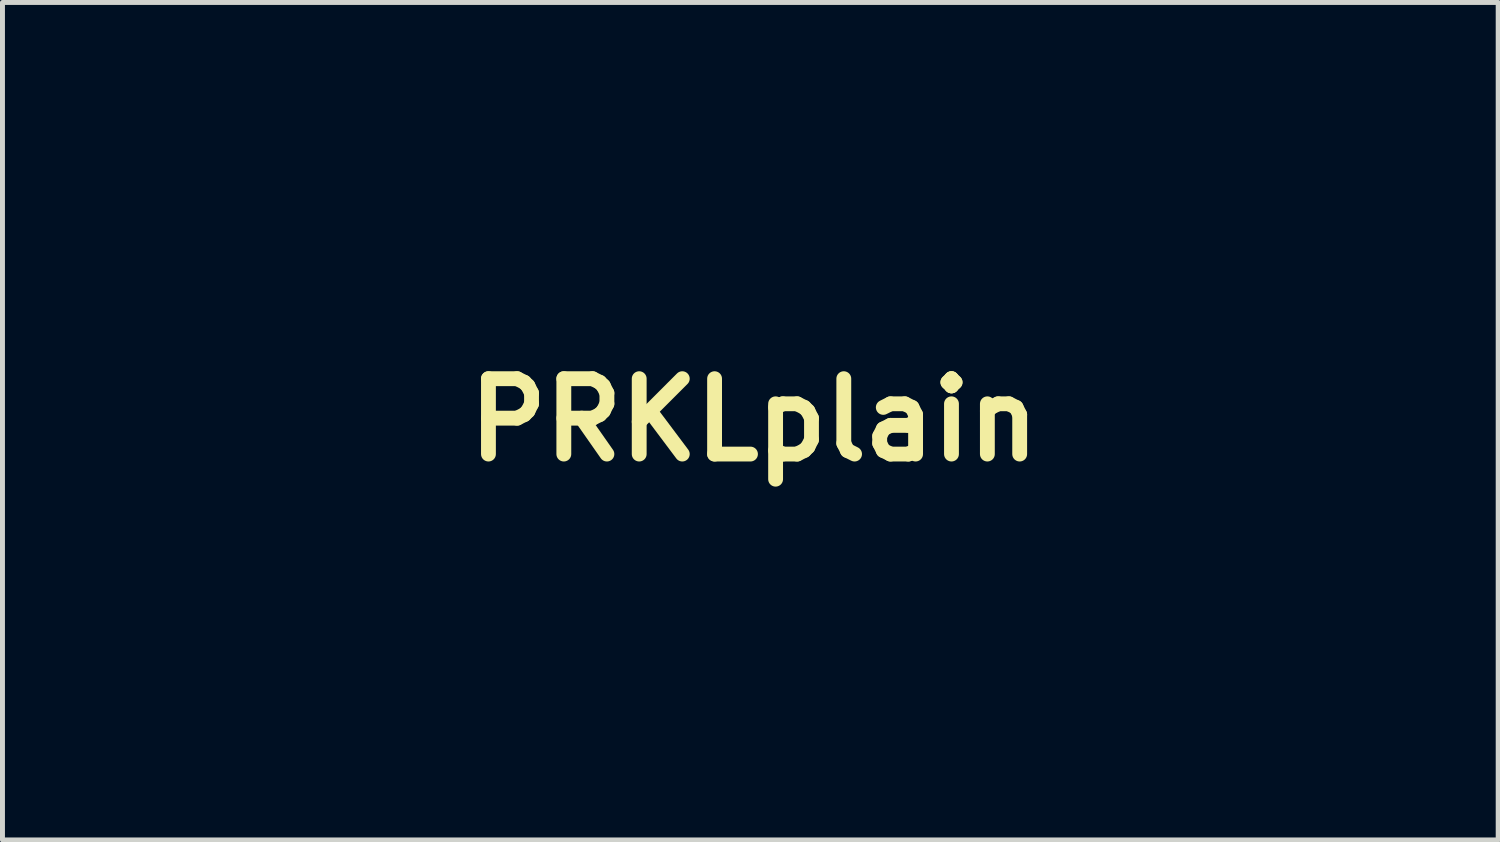
<source format=kicad_pcb>
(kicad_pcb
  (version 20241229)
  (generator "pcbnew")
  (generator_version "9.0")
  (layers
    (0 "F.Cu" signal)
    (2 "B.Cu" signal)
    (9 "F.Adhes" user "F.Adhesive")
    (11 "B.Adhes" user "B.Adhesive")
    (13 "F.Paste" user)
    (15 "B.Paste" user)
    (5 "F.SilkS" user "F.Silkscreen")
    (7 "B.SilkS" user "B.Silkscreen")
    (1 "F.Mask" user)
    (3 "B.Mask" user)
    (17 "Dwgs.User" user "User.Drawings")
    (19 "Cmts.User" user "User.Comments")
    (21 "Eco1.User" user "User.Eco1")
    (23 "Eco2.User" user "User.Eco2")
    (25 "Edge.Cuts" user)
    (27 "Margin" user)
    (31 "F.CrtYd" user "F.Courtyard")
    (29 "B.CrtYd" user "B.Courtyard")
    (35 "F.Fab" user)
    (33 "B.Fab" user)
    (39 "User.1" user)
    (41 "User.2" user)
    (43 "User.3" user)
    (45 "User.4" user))
  (footprint "PRKLplain"
    (layer "F.Cu")
    (at 12.196 5.441)
    (property "Reference" "PRKLplain" (at 0 0 0) (layer "F.SilkS") (effects (font (size 1.524 1.524) (thickness 0.3))))
    (attr through_hole)
    (fp_poly (pts (xy 11.267 -5.32) (xy 11.575 -5.111) (xy 11.803 -4.852) (xy 11.921 -4.635) (xy 12.04 -4.366) (xy 12.04 0.193) (xy 12.04 4.751) (xy 11.874 5.004) (xy 11.663 5.251) (xy 11.483 5.372) (xy 11.256 5.486) (xy 0.002 5.479) (xy -1.062 5.479) (xy -2.099 5.478) (xy -3.106 5.477) (xy -4.077 5.475) (xy -5.008 5.474) (xy -5.894 5.472) (xy -6.731 5.471) (xy -7.515 5.469) (xy -8.239 5.467) (xy -8.9 5.465) (xy -9.494 5.463) (xy -10.015 5.461) (xy -10.459 5.459) (xy -10.821 5.457) (xy -11.096 5.454) (xy -11.281 5.452) (xy -11.369 5.45) (xy -11.376 5.449) (xy -11.594 5.364) (xy -11.805 5.204) (xy -11.985 4.995) (xy -12.11 4.762) (xy -12.138 4.669) (xy -12.148 4.574) (xy -12.157 4.38) (xy -12.165 4.092) (xy -12.172 3.711) (xy -12.178 3.241) (xy -12.182 2.684) (xy -12.183 2.555) (xy -11.182 2.555) (xy -11.166 3.431) (xy -11.16 3.755) (xy -11.151 3.993) (xy -11.139 4.161) (xy -11.122 4.274) (xy -11.098 4.349) (xy -11.065 4.402) (xy -11.054 4.414) (xy -11.023 4.445) (xy -10.984 4.469) (xy -10.926 4.487) (xy -10.838 4.501) (xy -10.707 4.51) (xy -10.522 4.516) (xy -10.272 4.519) (xy -9.945 4.52) (xy -9.53 4.52) (xy -9.454 4.52) (xy -9.071 4.519) (xy -8.721 4.515) (xy -8.416 4.51) (xy -8.17 4.503) (xy -7.995 4.494) (xy -7.905 4.485) (xy -7.896 4.482) (xy -7.83 4.415) (xy -7.757 4.319) (xy -7.723 4.256) (xy -7.7 4.166) (xy -7.684 4.035) (xy -7.677 3.875) (xy -6.804 3.875) (xy -6.799 4.036) (xy -6.786 4.148) (xy -6.764 4.229) (xy -6.73 4.296) (xy -6.696 4.348) (xy -6.579 4.521) (xy 6.353 4.521) (xy 6.399 4.399) (xy 6.454 4.293) (xy 6.499 4.244) (xy 6.522 4.179) (xy 6.538 4.018) (xy 6.549 3.769) (xy 6.553 3.437) (xy 6.553 3.397) (xy 6.553 3.092) (xy 6.549 2.871) (xy 6.546 2.81) (xy 7.464 2.81) (xy 7.465 3.054) (xy 7.468 3.359) (xy 7.468 3.365) (xy 7.469 3.698) (xy 7.473 3.946) (xy 7.482 4.123) (xy 7.497 4.245) (xy 7.519 4.328) (xy 7.55 4.387) (xy 7.556 4.396) (xy 7.645 4.518) (xy 9.178 4.52) (xy 10.711 4.521) (xy 10.82 4.345) (xy 10.86 4.272) (xy 10.889 4.197) (xy 10.907 4.1) (xy 10.916 3.963) (xy 10.919 3.77) (xy 10.916 3.502) (xy 10.913 3.332) (xy 10.906 3.022) (xy 10.898 2.797) (xy 10.887 2.639) (xy 10.87 2.532) (xy 10.844 2.46) (xy 10.808 2.405) (xy 10.773 2.366) (xy 10.65 2.235) (xy 9.177 2.235) (xy 8.714 2.233) (xy 8.342 2.233) (xy 8.052 2.24) (xy 7.833 2.261) (xy 7.676 2.303) (xy 7.571 2.372) (xy 7.507 2.475) (xy 7.475 2.619) (xy 7.464 2.81) (xy 6.546 2.81) (xy 6.541 2.716) (xy 6.525 2.608) (xy 6.499 2.53) (xy 6.461 2.465) (xy 6.42 2.41) (xy 6.287 2.235) (xy -0.124 2.235) (xy -6.535 2.235) (xy -6.659 2.366) (xy -6.704 2.419) (xy -6.737 2.477) (xy -6.76 2.557) (xy -6.776 2.675) (xy -6.786 2.849) (xy -6.793 3.096) (xy -6.798 3.336) (xy -6.803 3.647) (xy -6.804 3.875) (xy -7.677 3.875) (xy -7.675 3.844) (xy -7.671 3.579) (xy -7.671 3.377) (xy -7.671 3.071) (xy -7.674 2.85) (xy -7.682 2.695) (xy -7.698 2.589) (xy -7.723 2.514) (xy -7.761 2.453) (xy -7.805 2.397) (xy -7.94 2.235) (xy -10.913 2.235) (xy -11.182 2.555) (xy -12.183 2.555) (xy -12.186 2.045) (xy -12.189 1.326) (xy -12.19 0.53) (xy -12.19 0.474) (xy -9.475 0.474) (xy -9.47 0.766) (xy -9.447 0.98) (xy -9.397 1.129) (xy -9.306 1.224) (xy -9.165 1.279) (xy -8.963 1.304) (xy -8.687 1.311) (xy -8.342 1.314) (xy -7.992 1.313) (xy -7.732 1.302) (xy -7.551 1.279) (xy -7.451 1.251) (xy -7.35 1.191) (xy -7.274 1.096) (xy -7.221 0.953) (xy -7.187 0.75) (xy -7.169 0.477) (xy -6.198 0.477) (xy -6.19 0.768) (xy -6.164 0.982) (xy -6.107 1.131) (xy -6.008 1.226) (xy -5.856 1.28) (xy -5.638 1.305) (xy -5.343 1.313) (xy -5.028 1.315) (xy -4.727 1.316) (xy -4.507 1.311) (xy -4.35 1.298) (xy -4.237 1.276) (xy -4.148 1.243) (xy -4.116 1.227) (xy -4.027 1.169) (xy -3.96 1.095) (xy -3.913 0.991) (xy -3.884 0.843) (xy -3.869 0.636) (xy -3.865 0.355) (xy -3.87 -0.008) (xy -3.884 -0.721) (xy -2.997 -0.721) (xy -2.997 0.093) (xy -2.995 0.413) (xy -2.989 0.646) (xy -2.978 0.807) (xy -2.959 0.91) (xy -2.932 0.97) (xy -2.921 0.983) (xy -2.858 1.07) (xy -2.845 1.116) (xy -2.803 1.173) (xy -2.7 1.237) (xy -2.68 1.247) (xy -2.546 1.281) (xy -2.34 1.303) (xy -2.084 1.315) (xy -1.801 1.317) (xy -1.513 1.308) (xy -1.244 1.291) (xy -1.017 1.265) (xy -0.855 1.23) (xy -0.798 1.205) (xy -0.66 1.115) (xy -0.661 0.381) (xy 0.361 0.381) (xy 0.365 0.663) (xy 0.38 0.871) (xy 0.41 1.019) (xy 0.456 1.121) (xy 0.522 1.19) (xy 0.611 1.24) (xy 0.622 1.245) (xy 0.744 1.274) (xy 0.943 1.297) (xy 1.195 1.312) (xy 1.474 1.319) (xy 1.755 1.319) (xy 2.015 1.31) (xy 2.229 1.293) (xy 2.372 1.268) (xy 2.381 1.265) (xy 2.508 1.199) (xy 2.591 1.117) (xy 2.592 1.116) (xy 2.608 1.037) (xy 2.621 0.874) (xy 2.632 0.646) (xy 2.639 0.37) (xy 2.642 0.083) (xy 2.642 -0.772) (xy 3.607 -0.772) (xy 3.607 1.021) (xy 3.738 1.142) (xy 3.805 1.201) (xy 3.874 1.243) (xy 3.96 1.273) (xy 4.081 1.292) (xy 4.253 1.304) (xy 4.493 1.31) (xy 4.818 1.314) (xy 4.827 1.314) (xy 5.128 1.315) (xy 5.347 1.31) (xy 5.504 1.298) (xy 5.617 1.277) (xy 5.706 1.244) (xy 5.739 1.227) (xy 5.829 1.169) (xy 5.896 1.094) (xy 5.942 0.99) (xy 5.972 0.84) (xy 5.987 0.631) (xy 5.99 0.349) (xy 5.985 0.001) (xy 5.971 -0.721) (xy 6.858 -0.721) (xy 6.858 0.093) (xy 6.861 0.44) (xy 6.87 0.694) (xy 6.886 0.863) (xy 6.91 0.958) (xy 6.921 0.976) (xy 7 1.079) (xy 7.041 1.144) (xy 7.132 1.235) (xy 7.218 1.276) (xy 7.331 1.293) (xy 7.517 1.305) (xy 7.754 1.312) (xy 8.019 1.315) (xy 8.286 1.313) (xy 8.534 1.306) (xy 8.738 1.296) (xy 8.875 1.281) (xy 8.91 1.272) (xy 9.046 1.197) (xy 9.142 1.12) (xy 9.179 1.076) (xy 9.206 1.021) (xy 9.225 0.938) (xy 9.236 0.812) (xy 9.242 0.628) (xy 9.244 0.369) (xy 9.244 0.114) (xy 9.241 -0.255) (xy 9.232 -0.53) (xy 9.217 -0.72) (xy 9.195 -0.831) (xy 9.179 -0.864) (xy 9.11 -0.936) (xy 9.026 -0.989) (xy 8.913 -1.025) (xy 8.754 -1.049) (xy 8.534 -1.061) (xy 8.236 -1.066) (xy 8.047 -1.067) (xy 7.203 -1.067) (xy 7.031 -0.894) (xy 6.858 -0.721) (xy 5.971 -0.721) (xy 5.969 -0.796) (xy 5.817 -0.93) (xy 5.759 -0.978) (xy 5.702 -1.013) (xy 5.628 -1.037) (xy 5.523 -1.052) (xy 5.368 -1.06) (xy 5.146 -1.064) (xy 4.843 -1.065) (xy 4.793 -1.065) (xy 3.922 -1.067) (xy 3.607 -0.772) (xy 2.642 -0.772) (xy 2.642 -0.856) (xy 2.508 -0.962) (xy 2.452 -1) (xy 2.386 -1.028) (xy 2.294 -1.047) (xy 2.158 -1.058) (xy 1.964 -1.064) (xy 1.694 -1.066) (xy 1.504 -1.066) (xy 1.14 -1.066) (xy 0.864 -1.06) (xy 0.664 -1.036) (xy 0.528 -0.983) (xy 0.443 -0.887) (xy 0.397 -0.738) (xy 0.376 -0.523) (xy 0.369 -0.231) (xy 0.365 0.011) (xy 0.361 0.381) (xy -0.661 0.381) (xy -0.661 0.139) (xy -0.663 -0.168) (xy -0.669 -0.441) (xy -0.677 -0.663) (xy -0.687 -0.817) (xy -0.698 -0.888) (xy -0.699 -0.889) (xy -0.76 -0.952) (xy -0.847 -0.999) (xy -0.974 -1.032) (xy -1.155 -1.052) (xy -1.406 -1.063) (xy -1.742 -1.067) (xy -1.808 -1.067) (xy -2.652 -1.067) (xy -2.824 -0.894) (xy -2.997 -0.721) (xy -3.884 -0.721) (xy -3.886 -0.814) (xy -4.039 -0.939) (xy -4.098 -0.984) (xy -4.16 -1.017) (xy -4.24 -1.039) (xy -4.357 -1.053) (xy -4.526 -1.061) (xy -4.764 -1.064) (xy -5.047 -1.065) (xy -5.364 -1.065) (xy -5.598 -1.061) (xy -5.763 -1.053) (xy -5.878 -1.038) (xy -5.959 -1.014) (xy -6.023 -0.98) (xy -6.05 -0.962) (xy -6.198 -0.857) (xy -6.198 0.096) (xy -6.198 0.477) (xy -7.169 0.477) (xy -7.169 0.473) (xy -7.163 0.109) (xy -7.163 0.081) (xy -7.169 -0.282) (xy -7.19 -0.557) (xy -7.228 -0.757) (xy -7.286 -0.896) (xy -7.368 -0.986) (xy -7.409 -1.012) (xy -7.501 -1.033) (xy -7.681 -1.049) (xy -7.936 -1.06) (xy -8.254 -1.065) (xy -8.366 -1.066) (xy -8.685 -1.064) (xy -8.919 -1.06) (xy -9.084 -1.05) (xy -9.198 -1.034) (xy -9.275 -1.01) (xy -9.334 -0.977) (xy -9.347 -0.967) (xy -9.474 -0.869) (xy -9.474 0.093) (xy -9.475 0.474) (xy -12.19 0.474) (xy -12.191 0.065) (xy -12.191 -0.703) (xy -12.191 -1.377) (xy -12.19 -1.962) (xy -12.189 -2.466) (xy -12.188 -2.895) (xy -12.185 -3.256) (xy -12.182 -3.501) (xy -11.171 -3.501) (xy -11.17 -3.229) (xy -11.167 -3.056) (xy -11.16 -2.751) (xy -11.153 -2.53) (xy -11.142 -2.379) (xy -11.126 -2.281) (xy -11.101 -2.219) (xy -11.065 -2.178) (xy -11.025 -2.147) (xy -10.936 -2.089) (xy -10.846 -2.047) (xy -10.736 -2.019) (xy -10.59 -2.002) (xy -10.39 -1.995) (xy -10.118 -1.994) (xy -9.873 -1.996) (xy -9.052 -2.007) (xy -8.92 -2.149) (xy -8.873 -2.203) (xy -8.838 -2.257) (xy -8.815 -2.328) (xy -8.8 -2.433) (xy -8.792 -2.587) (xy -8.789 -2.806) (xy -8.788 -3.109) (xy -8.788 -3.168) (xy -8.789 -3.498) (xy -7.922 -3.498) (xy -7.919 -3.191) (xy -7.916 -3.044) (xy -7.908 -2.762) (xy -7.896 -2.561) (xy -7.879 -2.421) (xy -7.852 -2.323) (xy -7.813 -2.244) (xy -7.784 -2.2) (xy -7.728 -2.129) (xy -7.667 -2.076) (xy -7.586 -2.039) (xy -7.469 -2.015) (xy -7.303 -2.002) (xy -7.071 -1.997) (xy -6.759 -1.998) (xy -6.587 -1.999) (xy -5.782 -2.007) (xy -5.66 -2.149) (xy -5.616 -2.204) (xy -5.584 -2.262) (xy -5.562 -2.339) (xy -5.548 -2.452) (xy -5.541 -2.616) (xy -5.538 -2.8) (xy -4.572 -2.8) (xy -4.564 -2.521) (xy -4.537 -2.315) (xy -4.479 -2.17) (xy -4.378 -2.076) (xy -4.223 -2.022) (xy -4.001 -1.999) (xy -3.702 -1.994) (xy -3.313 -1.998) (xy -3.295 -1.998) (xy -2.988 -2.003) (xy -2.766 -2.01) (xy -2.612 -2.022) (xy -2.51 -2.04) (xy -2.441 -2.068) (xy -2.393 -2.103) (xy -2.356 -2.142) (xy -2.328 -2.192) (xy -2.309 -2.266) (xy -2.297 -2.381) (xy -2.29 -2.551) (xy -2.287 -2.791) (xy -2.286 -3.116) (xy -2.286 -3.16) (xy -2.285 -3.541) (xy -2.29 -3.832) (xy -2.313 -4.046) (xy -2.322 -4.074) (xy -1.321 -4.074) (xy -1.321 -2.281) (xy -1.19 -2.16) (xy -1.121 -2.1) (xy -1.051 -2.057) (xy -0.963 -2.027) (xy -0.841 -2.008) (xy -0.67 -1.998) (xy -0.433 -1.996) (xy -0.114 -1.997) (xy -0.022 -1.998) (xy 0.794 -2.007) (xy 1.067 -2.301) (xy 1.066 -3.17) (xy 1.066 -3.174) (xy 1.931 -3.174) (xy 1.931 -2.878) (xy 1.936 -2.665) (xy 1.946 -2.515) (xy 1.964 -2.41) (xy 1.994 -2.329) (xy 2.037 -2.255) (xy 2.057 -2.225) (xy 2.115 -2.146) (xy 2.175 -2.087) (xy 2.253 -2.045) (xy 2.363 -2.018) (xy 2.522 -2.003) (xy 2.742 -1.997) (xy 3.041 -1.997) (xy 3.26 -1.999) (xy 3.562 -2.003) (xy 3.779 -2.008) (xy 3.93 -2.018) (xy 4.031 -2.036) (xy 4.1 -2.062) (xy 4.155 -2.101) (xy 4.187 -2.13) (xy 4.318 -2.253) (xy 4.318 -2.802) (xy 5.283 -2.802) (xy 5.291 -2.523) (xy 5.318 -2.317) (xy 5.375 -2.172) (xy 5.475 -2.077) (xy 5.63 -2.023) (xy 5.85 -1.999) (xy 6.147 -1.994) (xy 6.533 -1.998) (xy 6.57 -1.998) (xy 6.873 -2.002) (xy 7.091 -2.008) (xy 7.241 -2.017) (xy 7.339 -2.034) (xy 7.401 -2.059) (xy 7.445 -2.095) (xy 7.472 -2.127) (xy 7.507 -2.178) (xy 7.532 -2.243) (xy 7.549 -2.338) (xy 7.56 -2.479) (xy 7.566 -2.681) (xy 7.569 -2.958) (xy 7.569 -3.188) (xy 7.569 -4.056) (xy 8.534 -4.056) (xy 8.534 -3.182) (xy 8.536 -2.828) (xy 8.545 -2.561) (xy 8.565 -2.367) (xy 8.599 -2.233) (xy 8.651 -2.143) (xy 8.726 -2.085) (xy 8.827 -2.043) (xy 8.854 -2.035) (xy 8.961 -2.018) (xy 9.147 -2.005) (xy 9.391 -1.997) (xy 9.67 -1.995) (xy 9.821 -1.996) (xy 10.626 -2.007) (xy 10.777 -2.176) (xy 10.929 -2.346) (xy 10.913 -3.209) (xy 10.897 -4.073) (xy 10.731 -4.221) (xy 10.565 -4.369) (xy 8.847 -4.369) (xy 8.691 -4.212) (xy 8.534 -4.056) (xy 7.569 -4.056) (xy 7.569 -4.129) (xy 7.44 -4.249) (xy 7.388 -4.292) (xy 7.333 -4.324) (xy 7.256 -4.346) (xy 7.142 -4.359) (xy 6.975 -4.366) (xy 6.737 -4.368) (xy 6.445 -4.369) (xy 5.58 -4.369) (xy 5.283 -4.072) (xy 5.283 -3.162) (xy 5.283 -2.802) (xy 4.318 -2.802) (xy 4.318 -4.084) (xy 4.181 -4.226) (xy 4.045 -4.369) (xy 3.178 -4.367) (xy 2.841 -4.365) (xy 2.59 -4.359) (xy 2.408 -4.343) (xy 2.278 -4.314) (xy 2.185 -4.268) (xy 2.113 -4.201) (xy 2.045 -4.109) (xy 2.024 -4.077) (xy 1.987 -4.009) (xy 1.961 -3.92) (xy 1.945 -3.793) (xy 1.935 -3.611) (xy 1.931 -3.354) (xy 1.931 -3.174) (xy 1.066 -3.174) (xy 1.064 -3.459) (xy 1.058 -3.713) (xy 1.049 -3.916) (xy 1.038 -4.048) (xy 1.028 -4.091) (xy 0.965 -4.156) (xy 0.859 -4.245) (xy 0.844 -4.256) (xy 0.784 -4.298) (xy 0.718 -4.328) (xy 0.629 -4.348) (xy 0.499 -4.36) (xy 0.313 -4.366) (xy 0.052 -4.369) (xy -0.154 -4.369) (xy -1.005 -4.369) (xy -1.321 -4.074) (xy -2.322 -4.074) (xy -2.363 -4.194) (xy -2.452 -4.289) (xy -2.591 -4.342) (xy -2.792 -4.364) (xy -3.064 -4.37) (xy -3.405 -4.369) (xy -4.275 -4.369) (xy -4.572 -4.072) (xy -4.572 -3.162) (xy -4.572 -2.8) (xy -5.538 -2.8) (xy -5.538 -2.849) (xy -5.537 -3.166) (xy -5.537 -3.178) (xy -5.537 -4.065) (xy -5.682 -4.217) (xy -5.828 -4.369) (xy -7.561 -4.369) (xy -7.716 -4.214) (xy -7.796 -4.123) (xy -7.854 -4.023) (xy -7.892 -3.897) (xy -7.914 -3.728) (xy -7.922 -3.498) (xy -8.789 -3.498) (xy -8.789 -3.501) (xy -8.795 -3.749) (xy -8.808 -3.927) (xy -8.833 -4.052) (xy -8.873 -4.139) (xy -8.932 -4.206) (xy -9.014 -4.267) (xy -9.041 -4.285) (xy -9.105 -4.317) (xy -9.198 -4.34) (xy -9.335 -4.356) (xy -9.531 -4.364) (xy -9.804 -4.368) (xy -10.007 -4.369) (xy -10.317 -4.368) (xy -10.543 -4.365) (xy -10.7 -4.358) (xy -10.807 -4.343) (xy -10.879 -4.32) (xy -10.935 -4.285) (xy -10.985 -4.24) (xy -11.087 -4.122) (xy -11.151 -4.004) (xy -11.154 -3.994) (xy -11.163 -3.904) (xy -11.169 -3.733) (xy -11.171 -3.501) (xy -12.182 -3.501) (xy -12.182 -3.556) (xy -12.177 -3.801) (xy -12.171 -3.999) (xy -12.164 -4.155) (xy -12.155 -4.277) (xy -12.145 -4.371) (xy -12.132 -4.444) (xy -12.118 -4.502) (xy -12.102 -4.554) (xy -12.091 -4.583) (xy -11.923 -4.9) (xy -11.688 -5.152) (xy -11.4 -5.326) (xy -11.38 -5.334) (xy -11.35 -5.345) (xy -11.317 -5.356) (xy -11.277 -5.365) (xy -11.227 -5.374) (xy -11.161 -5.382) (xy -11.077 -5.39) (xy -10.97 -5.396) (xy -10.835 -5.402) (xy -10.67 -5.408) (xy -10.469 -5.413) (xy -10.23 -5.417) (xy -9.946 -5.42) (xy -9.616 -5.423) (xy -9.234 -5.426) (xy -8.797 -5.428) (xy -8.299 -5.43) (xy -7.739 -5.432) (xy -7.11 -5.433) (xy -6.41 -5.434) (xy -5.634 -5.435) (xy -4.779 -5.435) (xy -3.839 -5.435) (xy -2.811 -5.435) (xy -1.691 -5.436) (xy -0.475 -5.436) (xy -0.035 -5.436) (xy 11.051 -5.436) (xy 11.267 -5.32)) (stroke (width 0.01) (type solid)) (fill no) (layer "Eco1.User")))
  (gr_rect
    (start -3 -3)
    (end 27.241 13.932)
    (stroke (width 0.1) (type default))
    (fill no)
    (layer "Edge.Cuts")))
</source>
